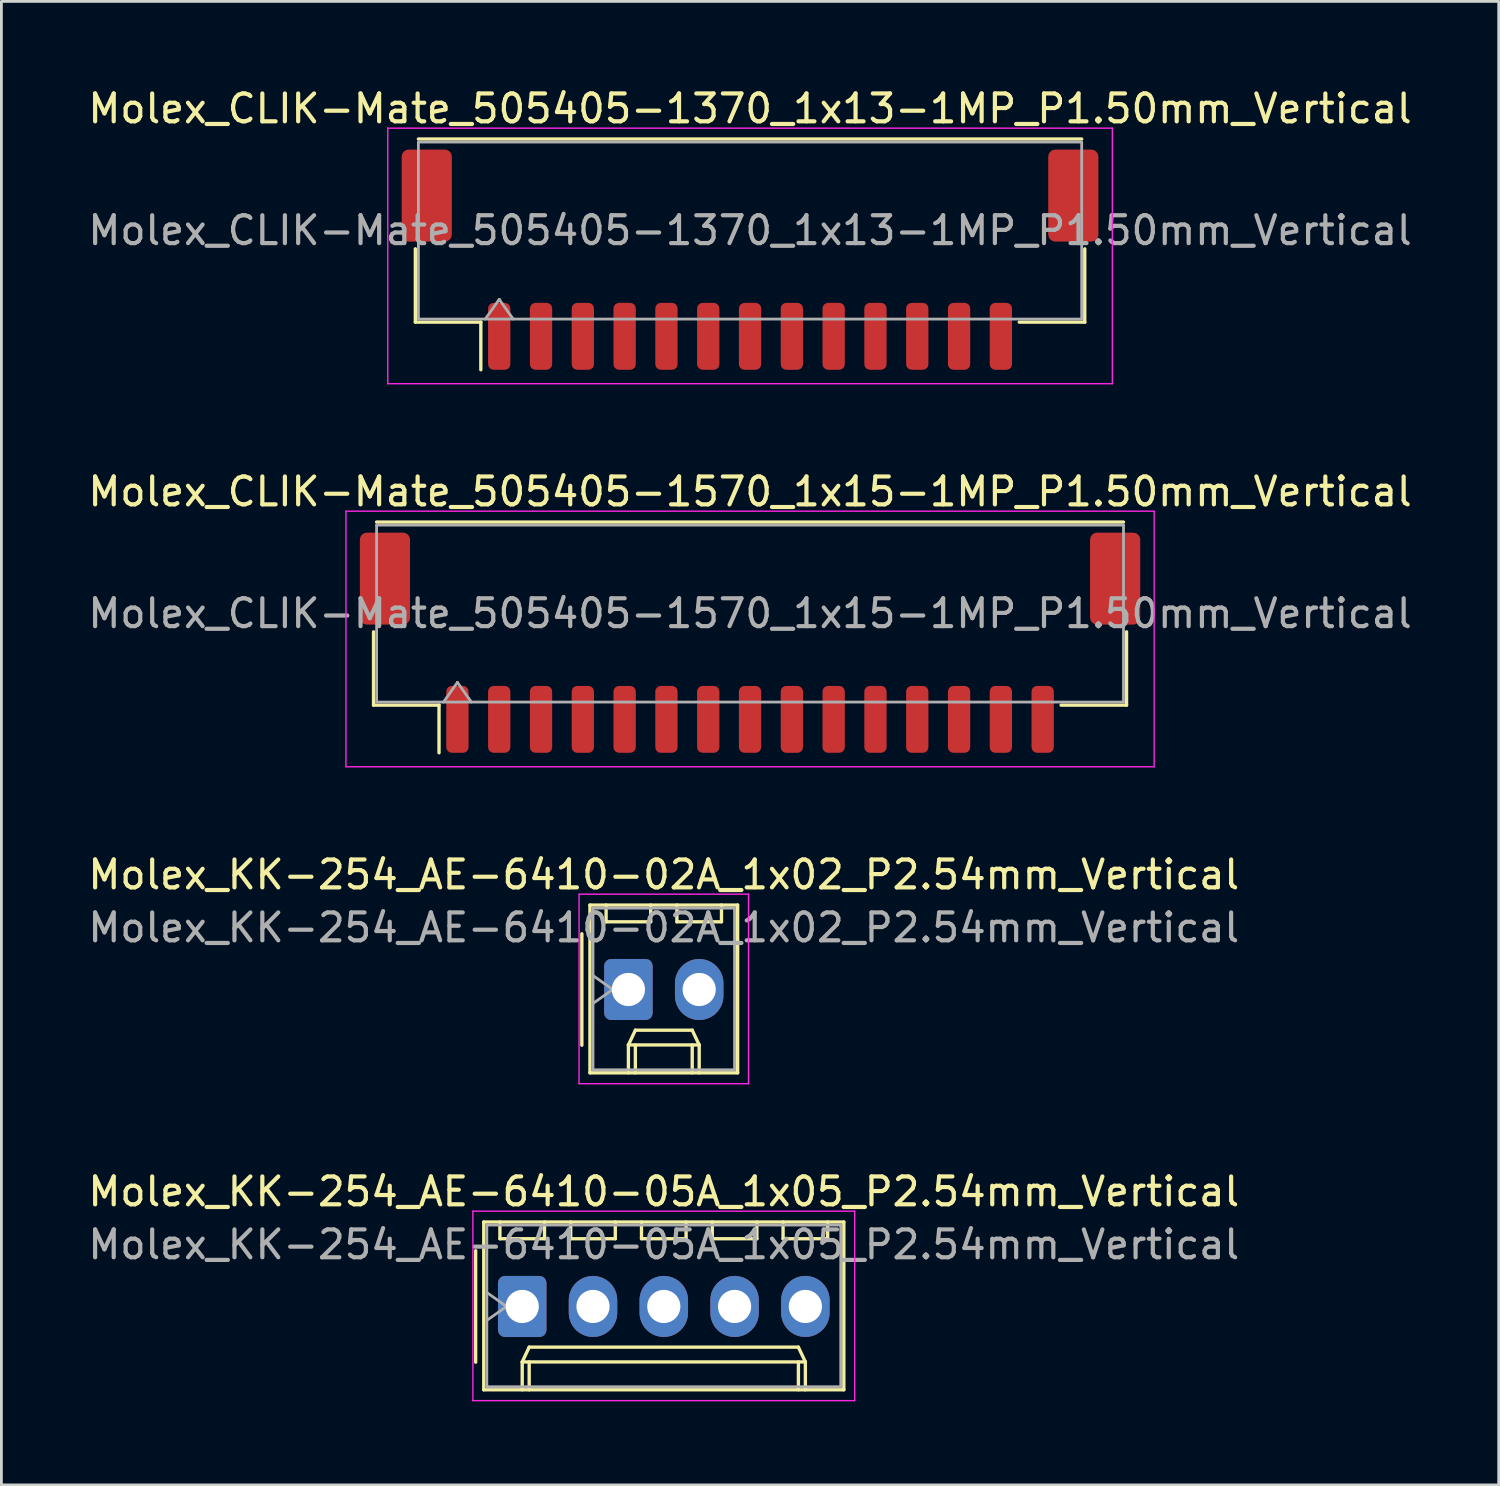
<source format=kicad_pcb>
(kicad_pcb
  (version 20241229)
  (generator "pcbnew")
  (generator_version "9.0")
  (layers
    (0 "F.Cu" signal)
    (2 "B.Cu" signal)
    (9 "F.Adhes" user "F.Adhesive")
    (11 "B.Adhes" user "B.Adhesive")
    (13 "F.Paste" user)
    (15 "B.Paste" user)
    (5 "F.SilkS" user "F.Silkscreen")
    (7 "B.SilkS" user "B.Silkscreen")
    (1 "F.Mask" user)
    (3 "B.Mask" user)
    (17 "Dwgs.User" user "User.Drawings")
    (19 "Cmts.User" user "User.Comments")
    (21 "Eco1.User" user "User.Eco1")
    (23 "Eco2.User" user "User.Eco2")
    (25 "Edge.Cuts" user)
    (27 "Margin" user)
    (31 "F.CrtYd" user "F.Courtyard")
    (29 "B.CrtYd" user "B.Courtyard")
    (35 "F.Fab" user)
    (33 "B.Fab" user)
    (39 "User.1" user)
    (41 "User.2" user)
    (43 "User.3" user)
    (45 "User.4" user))
  (footprint "Molex_CLIK-Mate_505405-1570_1x15-1MP_P1.50mm_Vertical"
    (layer "F.Cu")
    (at 23.863 20.012)
    (property "Reference" "Molex_CLIK-Mate_505405-1570_1x15-1MP_P1.50mm_Vertical" (at 0 -5.42 0) (layer "F.SilkS") (effects (font (size 1 1) (thickness 0.15))))
    (attr smd)
    (fp_line (start -13.51 -0.39) (end -13.51 2.24) (stroke (width 0.12) (type solid)) (layer "F.SilkS"))
    (fp_line (start -13.51 2.24) (end -11.16 2.24) (stroke (width 0.12) (type solid)) (layer "F.SilkS"))
    (fp_line (start -13.4 -4.33) (end 13.4 -4.33) (stroke (width 0.12) (type solid)) (layer "F.SilkS"))
    (fp_line (start -11.16 2.24) (end -11.16 3.95) (stroke (width 0.12) (type solid)) (layer "F.SilkS"))
    (fp_line (start 13.51 -0.39) (end 13.51 2.24) (stroke (width 0.12) (type solid)) (layer "F.SilkS"))
    (fp_line (start 13.51 2.24) (end 11.16 2.24) (stroke (width 0.12) (type solid)) (layer "F.SilkS"))
    (fp_line (start -14.5 -4.72) (end -14.5 4.45) (stroke (width 0.05) (type solid)) (layer "F.CrtYd"))
    (fp_line (start -14.5 4.45) (end 14.5 4.45) (stroke (width 0.05) (type solid)) (layer "F.CrtYd"))
    (fp_line (start 14.5 -4.72) (end -14.5 -4.72) (stroke (width 0.05) (type solid)) (layer "F.CrtYd"))
    (fp_line (start 14.5 4.45) (end 14.5 -4.72) (stroke (width 0.05) (type solid)) (layer "F.CrtYd"))
    (fp_line (start -13.4 -4.22) (end 13.4 -4.22) (stroke (width 0.1) (type solid)) (layer "F.Fab"))
    (fp_line (start -13.4 2.13) (end -13.4 -4.22) (stroke (width 0.1) (type solid)) (layer "F.Fab"))
    (fp_line (start -13.4 2.13) (end 13.4 2.13) (stroke (width 0.1) (type solid)) (layer "F.Fab"))
    (fp_line (start -11 2.13) (end -10.5 1.423) (stroke (width 0.1) (type solid)) (layer "F.Fab"))
    (fp_line (start -10.5 1.423) (end -10 2.13) (stroke (width 0.1) (type solid)) (layer "F.Fab"))
    (fp_line (start 13.4 2.13) (end 13.4 -4.22) (stroke (width 0.1) (type solid)) (layer "F.Fab"))
    (fp_text user "${REFERENCE}" (at 0 -1.05 0) (layer "F.Fab") (effects (font (size 1 1) (thickness 0.15))))
    (pad "1" smd roundrect (at -10.5 2.75) (size 0.8 2.4) (layers "F.Cu" "F.Mask" "F.Paste") (roundrect_rratio 0.25))
    (pad "2" smd roundrect (at -9 2.75) (size 0.8 2.4) (layers "F.Cu" "F.Mask" "F.Paste") (roundrect_rratio 0.25))
    (pad "3" smd roundrect (at -7.5 2.75) (size 0.8 2.4) (layers "F.Cu" "F.Mask" "F.Paste") (roundrect_rratio 0.25))
    (pad "4" smd roundrect (at -6 2.75) (size 0.8 2.4) (layers "F.Cu" "F.Mask" "F.Paste") (roundrect_rratio 0.25))
    (pad "5" smd roundrect (at -4.5 2.75) (size 0.8 2.4) (layers "F.Cu" "F.Mask" "F.Paste") (roundrect_rratio 0.25))
    (pad "6" smd roundrect (at -3 2.75) (size 0.8 2.4) (layers "F.Cu" "F.Mask" "F.Paste") (roundrect_rratio 0.25))
    (pad "7" smd roundrect (at -1.5 2.75) (size 0.8 2.4) (layers "F.Cu" "F.Mask" "F.Paste") (roundrect_rratio 0.25))
    (pad "8" smd roundrect (at 0 2.75) (size 0.8 2.4) (layers "F.Cu" "F.Mask" "F.Paste") (roundrect_rratio 0.25))
    (pad "9" smd roundrect (at 1.5 2.75) (size 0.8 2.4) (layers "F.Cu" "F.Mask" "F.Paste") (roundrect_rratio 0.25))
    (pad "10" smd roundrect (at 3 2.75) (size 0.8 2.4) (layers "F.Cu" "F.Mask" "F.Paste") (roundrect_rratio 0.25))
    (pad "11" smd roundrect (at 4.5 2.75) (size 0.8 2.4) (layers "F.Cu" "F.Mask" "F.Paste") (roundrect_rratio 0.25))
    (pad "12" smd roundrect (at 6 2.75) (size 0.8 2.4) (layers "F.Cu" "F.Mask" "F.Paste") (roundrect_rratio 0.25))
    (pad "13" smd roundrect (at 7.5 2.75) (size 0.8 2.4) (layers "F.Cu" "F.Mask" "F.Paste") (roundrect_rratio 0.25))
    (pad "14" smd roundrect (at 9 2.75) (size 0.8 2.4) (layers "F.Cu" "F.Mask" "F.Paste") (roundrect_rratio 0.25))
    (pad "15" smd roundrect (at 10.5 2.75) (size 0.8 2.4) (layers "F.Cu" "F.Mask" "F.Paste") (roundrect_rratio 0.25))
    (pad "MP" smd roundrect (at -13.1 -2.3) (size 1.8 3.3) (layers "F.Cu" "F.Mask" "F.Paste") (roundrect_rratio 0.139))
    (pad "MP" smd roundrect (at 13.1 -2.3) (size 1.8 3.3) (layers "F.Cu" "F.Mask" "F.Paste") (roundrect_rratio 0.139)))
  (footprint "Molex_CLIK-Mate_505405-1370_1x13-1MP_P1.50mm_Vertical"
    (layer "F.Cu")
    (at 23.863 6.268)
    (property "Reference" "Molex_CLIK-Mate_505405-1370_1x13-1MP_P1.50mm_Vertical" (at 0 -5.42 0) (layer "F.SilkS") (effects (font (size 1 1) (thickness 0.15))))
    (attr smd)
    (fp_line (start -12.01 -0.39) (end -12.01 2.24) (stroke (width 0.12) (type solid)) (layer "F.SilkS"))
    (fp_line (start -12.01 2.24) (end -9.66 2.24) (stroke (width 0.12) (type solid)) (layer "F.SilkS"))
    (fp_line (start -11.9 -4.33) (end 11.9 -4.33) (stroke (width 0.12) (type solid)) (layer "F.SilkS"))
    (fp_line (start -9.66 2.24) (end -9.66 3.95) (stroke (width 0.12) (type solid)) (layer "F.SilkS"))
    (fp_line (start 12.01 -0.39) (end 12.01 2.24) (stroke (width 0.12) (type solid)) (layer "F.SilkS"))
    (fp_line (start 12.01 2.24) (end 9.66 2.24) (stroke (width 0.12) (type solid)) (layer "F.SilkS"))
    (fp_line (start -13 -4.72) (end -13 4.45) (stroke (width 0.05) (type solid)) (layer "F.CrtYd"))
    (fp_line (start -13 4.45) (end 13 4.45) (stroke (width 0.05) (type solid)) (layer "F.CrtYd"))
    (fp_line (start 13 -4.72) (end -13 -4.72) (stroke (width 0.05) (type solid)) (layer "F.CrtYd"))
    (fp_line (start 13 4.45) (end 13 -4.72) (stroke (width 0.05) (type solid)) (layer "F.CrtYd"))
    (fp_line (start -11.9 -4.22) (end 11.9 -4.22) (stroke (width 0.1) (type solid)) (layer "F.Fab"))
    (fp_line (start -11.9 2.13) (end -11.9 -4.22) (stroke (width 0.1) (type solid)) (layer "F.Fab"))
    (fp_line (start -11.9 2.13) (end 11.9 2.13) (stroke (width 0.1) (type solid)) (layer "F.Fab"))
    (fp_line (start -9.5 2.13) (end -9 1.423) (stroke (width 0.1) (type solid)) (layer "F.Fab"))
    (fp_line (start -9 1.423) (end -8.5 2.13) (stroke (width 0.1) (type solid)) (layer "F.Fab"))
    (fp_line (start 11.9 2.13) (end 11.9 -4.22) (stroke (width 0.1) (type solid)) (layer "F.Fab"))
    (fp_text user "${REFERENCE}" (at 0 -1.05 0) (layer "F.Fab") (effects (font (size 1 1) (thickness 0.15))))
    (pad "1" smd roundrect (at -9 2.75) (size 0.8 2.4) (layers "F.Cu" "F.Mask" "F.Paste") (roundrect_rratio 0.25))
    (pad "2" smd roundrect (at -7.5 2.75) (size 0.8 2.4) (layers "F.Cu" "F.Mask" "F.Paste") (roundrect_rratio 0.25))
    (pad "3" smd roundrect (at -6 2.75) (size 0.8 2.4) (layers "F.Cu" "F.Mask" "F.Paste") (roundrect_rratio 0.25))
    (pad "4" smd roundrect (at -4.5 2.75) (size 0.8 2.4) (layers "F.Cu" "F.Mask" "F.Paste") (roundrect_rratio 0.25))
    (pad "5" smd roundrect (at -3 2.75) (size 0.8 2.4) (layers "F.Cu" "F.Mask" "F.Paste") (roundrect_rratio 0.25))
    (pad "6" smd roundrect (at -1.5 2.75) (size 0.8 2.4) (layers "F.Cu" "F.Mask" "F.Paste") (roundrect_rratio 0.25))
    (pad "7" smd roundrect (at 0 2.75) (size 0.8 2.4) (layers "F.Cu" "F.Mask" "F.Paste") (roundrect_rratio 0.25))
    (pad "8" smd roundrect (at 1.5 2.75) (size 0.8 2.4) (layers "F.Cu" "F.Mask" "F.Paste") (roundrect_rratio 0.25))
    (pad "9" smd roundrect (at 3 2.75) (size 0.8 2.4) (layers "F.Cu" "F.Mask" "F.Paste") (roundrect_rratio 0.25))
    (pad "10" smd roundrect (at 4.5 2.75) (size 0.8 2.4) (layers "F.Cu" "F.Mask" "F.Paste") (roundrect_rratio 0.25))
    (pad "11" smd roundrect (at 6 2.75) (size 0.8 2.4) (layers "F.Cu" "F.Mask" "F.Paste") (roundrect_rratio 0.25))
    (pad "12" smd roundrect (at 7.5 2.75) (size 0.8 2.4) (layers "F.Cu" "F.Mask" "F.Paste") (roundrect_rratio 0.25))
    (pad "13" smd roundrect (at 9 2.75) (size 0.8 2.4) (layers "F.Cu" "F.Mask" "F.Paste") (roundrect_rratio 0.25))
    (pad "MP" smd roundrect (at -11.6 -2.3) (size 1.8 3.3) (layers "F.Cu" "F.Mask" "F.Paste") (roundrect_rratio 0.139))
    (pad "MP" smd roundrect (at 11.6 -2.3) (size 1.8 3.3) (layers "F.Cu" "F.Mask" "F.Paste") (roundrect_rratio 0.139)))
  (footprint "Molex_KK-254_AE-6410-02A_1x02_P2.54mm_Vertical"
    (layer "F.Cu")
    (at 19.498 32.455)
    (property "Reference" "Molex_KK-254_AE-6410-02A_1x02_P2.54mm_Vertical" (at 1.27 -4.12 0) (layer "F.SilkS") (effects (font (size 1 1) (thickness 0.15))))
    (attr through_hole)
    (fp_line (start -1.67 -2) (end -1.67 2) (stroke (width 0.12) (type solid)) (layer "F.SilkS"))
    (fp_line (start -1.38 -3.03) (end -1.38 2.99) (stroke (width 0.12) (type solid)) (layer "F.SilkS"))
    (fp_line (start -1.38 2.99) (end 3.92 2.99) (stroke (width 0.12) (type solid)) (layer "F.SilkS"))
    (fp_line (start -0.8 -3.03) (end -0.8 -2.43) (stroke (width 0.12) (type solid)) (layer "F.SilkS"))
    (fp_line (start -0.8 -2.43) (end 0.8 -2.43) (stroke (width 0.12) (type solid)) (layer "F.SilkS"))
    (fp_line (start 0 1.99) (end 0.25 1.46) (stroke (width 0.12) (type solid)) (layer "F.SilkS"))
    (fp_line (start 0 1.99) (end 2.54 1.99) (stroke (width 0.12) (type solid)) (layer "F.SilkS"))
    (fp_line (start 0 2.99) (end 0 1.99) (stroke (width 0.12) (type solid)) (layer "F.SilkS"))
    (fp_line (start 0.25 1.46) (end 2.29 1.46) (stroke (width 0.12) (type solid)) (layer "F.SilkS"))
    (fp_line (start 0.25 2.99) (end 0.25 1.99) (stroke (width 0.12) (type solid)) (layer "F.SilkS"))
    (fp_line (start 0.8 -2.43) (end 0.8 -3.03) (stroke (width 0.12) (type solid)) (layer "F.SilkS"))
    (fp_line (start 1.74 -3.03) (end 1.74 -2.43) (stroke (width 0.12) (type solid)) (layer "F.SilkS"))
    (fp_line (start 1.74 -2.43) (end 3.34 -2.43) (stroke (width 0.12) (type solid)) (layer "F.SilkS"))
    (fp_line (start 2.29 1.46) (end 2.54 1.99) (stroke (width 0.12) (type solid)) (layer "F.SilkS"))
    (fp_line (start 2.29 2.99) (end 2.29 1.99) (stroke (width 0.12) (type solid)) (layer "F.SilkS"))
    (fp_line (start 2.54 1.99) (end 2.54 2.99) (stroke (width 0.12) (type solid)) (layer "F.SilkS"))
    (fp_line (start 3.34 -2.43) (end 3.34 -3.03) (stroke (width 0.12) (type solid)) (layer "F.SilkS"))
    (fp_line (start 3.92 -3.03) (end -1.38 -3.03) (stroke (width 0.12) (type solid)) (layer "F.SilkS"))
    (fp_line (start 3.92 2.99) (end 3.92 -3.03) (stroke (width 0.12) (type solid)) (layer "F.SilkS"))
    (fp_line (start -1.77 -3.42) (end -1.77 3.38) (stroke (width 0.05) (type solid)) (layer "F.CrtYd"))
    (fp_line (start -1.77 3.38) (end 4.31 3.38) (stroke (width 0.05) (type solid)) (layer "F.CrtYd"))
    (fp_line (start 4.31 -3.42) (end -1.77 -3.42) (stroke (width 0.05) (type solid)) (layer "F.CrtYd"))
    (fp_line (start 4.31 3.38) (end 4.31 -3.42) (stroke (width 0.05) (type solid)) (layer "F.CrtYd"))
    (fp_line (start -1.27 -2.92) (end -1.27 2.88) (stroke (width 0.1) (type solid)) (layer "F.Fab"))
    (fp_line (start -1.27 -0.5) (end -0.563 0) (stroke (width 0.1) (type solid)) (layer "F.Fab"))
    (fp_line (start -1.27 2.88) (end 3.81 2.88) (stroke (width 0.1) (type solid)) (layer "F.Fab"))
    (fp_line (start -0.563 0) (end -1.27 0.5) (stroke (width 0.1) (type solid)) (layer "F.Fab"))
    (fp_line (start 3.81 -2.92) (end -1.27 -2.92) (stroke (width 0.1) (type solid)) (layer "F.Fab"))
    (fp_line (start 3.81 2.88) (end 3.81 -2.92) (stroke (width 0.1) (type solid)) (layer "F.Fab"))
    (fp_text user "${REFERENCE}" (at 1.27 -2.22 0) (layer "F.Fab") (effects (font (size 1 1) (thickness 0.15))))
    (pad "1" thru_hole roundrect (at 0 0) (size 1.74 2.19) (drill 1.19) (layers "*.Cu" "*.Mask") (roundrect_rratio 0.144))
    (pad "2" thru_hole oval (at 2.54 0) (size 1.74 2.19) (drill 1.19) (layers "*.Cu" "*.Mask")))
  (footprint "Molex_KK-254_AE-6410-05A_1x05_P2.54mm_Vertical"
    (layer "F.Cu")
    (at 15.688 43.828)
    (property "Reference" "Molex_KK-254_AE-6410-05A_1x05_P2.54mm_Vertical" (at 5.08 -4.12 0) (layer "F.SilkS") (effects (font (size 1 1) (thickness 0.15))))
    (attr through_hole)
    (fp_line (start -1.67 -2) (end -1.67 2) (stroke (width 0.12) (type solid)) (layer "F.SilkS"))
    (fp_line (start -1.38 -3.03) (end -1.38 2.99) (stroke (width 0.12) (type solid)) (layer "F.SilkS"))
    (fp_line (start -1.38 2.99) (end 11.54 2.99) (stroke (width 0.12) (type solid)) (layer "F.SilkS"))
    (fp_line (start -0.8 -3.03) (end -0.8 -2.43) (stroke (width 0.12) (type solid)) (layer "F.SilkS"))
    (fp_line (start -0.8 -2.43) (end 0.8 -2.43) (stroke (width 0.12) (type solid)) (layer "F.SilkS"))
    (fp_line (start 0 1.99) (end 0.25 1.46) (stroke (width 0.12) (type solid)) (layer "F.SilkS"))
    (fp_line (start 0 1.99) (end 10.16 1.99) (stroke (width 0.12) (type solid)) (layer "F.SilkS"))
    (fp_line (start 0 2.99) (end 0 1.99) (stroke (width 0.12) (type solid)) (layer "F.SilkS"))
    (fp_line (start 0.25 1.46) (end 9.91 1.46) (stroke (width 0.12) (type solid)) (layer "F.SilkS"))
    (fp_line (start 0.25 2.99) (end 0.25 1.99) (stroke (width 0.12) (type solid)) (layer "F.SilkS"))
    (fp_line (start 0.8 -2.43) (end 0.8 -3.03) (stroke (width 0.12) (type solid)) (layer "F.SilkS"))
    (fp_line (start 1.74 -3.03) (end 1.74 -2.43) (stroke (width 0.12) (type solid)) (layer "F.SilkS"))
    (fp_line (start 1.74 -2.43) (end 3.34 -2.43) (stroke (width 0.12) (type solid)) (layer "F.SilkS"))
    (fp_line (start 3.34 -2.43) (end 3.34 -3.03) (stroke (width 0.12) (type solid)) (layer "F.SilkS"))
    (fp_line (start 4.28 -3.03) (end 4.28 -2.43) (stroke (width 0.12) (type solid)) (layer "F.SilkS"))
    (fp_line (start 4.28 -2.43) (end 5.88 -2.43) (stroke (width 0.12) (type solid)) (layer "F.SilkS"))
    (fp_line (start 5.88 -2.43) (end 5.88 -3.03) (stroke (width 0.12) (type solid)) (layer "F.SilkS"))
    (fp_line (start 6.82 -3.03) (end 6.82 -2.43) (stroke (width 0.12) (type solid)) (layer "F.SilkS"))
    (fp_line (start 6.82 -2.43) (end 8.42 -2.43) (stroke (width 0.12) (type solid)) (layer "F.SilkS"))
    (fp_line (start 8.42 -2.43) (end 8.42 -3.03) (stroke (width 0.12) (type solid)) (layer "F.SilkS"))
    (fp_line (start 9.36 -3.03) (end 9.36 -2.43) (stroke (width 0.12) (type solid)) (layer "F.SilkS"))
    (fp_line (start 9.36 -2.43) (end 10.96 -2.43) (stroke (width 0.12) (type solid)) (layer "F.SilkS"))
    (fp_line (start 9.91 1.46) (end 10.16 1.99) (stroke (width 0.12) (type solid)) (layer "F.SilkS"))
    (fp_line (start 9.91 2.99) (end 9.91 1.99) (stroke (width 0.12) (type solid)) (layer "F.SilkS"))
    (fp_line (start 10.16 1.99) (end 10.16 2.99) (stroke (width 0.12) (type solid)) (layer "F.SilkS"))
    (fp_line (start 10.96 -2.43) (end 10.96 -3.03) (stroke (width 0.12) (type solid)) (layer "F.SilkS"))
    (fp_line (start 11.54 -3.03) (end -1.38 -3.03) (stroke (width 0.12) (type solid)) (layer "F.SilkS"))
    (fp_line (start 11.54 2.99) (end 11.54 -3.03) (stroke (width 0.12) (type solid)) (layer "F.SilkS"))
    (fp_line (start -1.77 -3.42) (end -1.77 3.38) (stroke (width 0.05) (type solid)) (layer "F.CrtYd"))
    (fp_line (start -1.77 3.38) (end 11.93 3.38) (stroke (width 0.05) (type solid)) (layer "F.CrtYd"))
    (fp_line (start 11.93 -3.42) (end -1.77 -3.42) (stroke (width 0.05) (type solid)) (layer "F.CrtYd"))
    (fp_line (start 11.93 3.38) (end 11.93 -3.42) (stroke (width 0.05) (type solid)) (layer "F.CrtYd"))
    (fp_line (start -1.27 -2.92) (end -1.27 2.88) (stroke (width 0.1) (type solid)) (layer "F.Fab"))
    (fp_line (start -1.27 -0.5) (end -0.563 0) (stroke (width 0.1) (type solid)) (layer "F.Fab"))
    (fp_line (start -1.27 2.88) (end 11.43 2.88) (stroke (width 0.1) (type solid)) (layer "F.Fab"))
    (fp_line (start -0.563 0) (end -1.27 0.5) (stroke (width 0.1) (type solid)) (layer "F.Fab"))
    (fp_line (start 11.43 -2.92) (end -1.27 -2.92) (stroke (width 0.1) (type solid)) (layer "F.Fab"))
    (fp_line (start 11.43 2.88) (end 11.43 -2.92) (stroke (width 0.1) (type solid)) (layer "F.Fab"))
    (fp_text user "${REFERENCE}" (at 5.08 -2.22 0) (layer "F.Fab") (effects (font (size 1 1) (thickness 0.15))))
    (pad "1" thru_hole roundrect (at 0 0) (size 1.74 2.19) (drill 1.19) (layers "*.Cu" "*.Mask") (roundrect_rratio 0.144))
    (pad "2" thru_hole oval (at 2.54 0) (size 1.74 2.19) (drill 1.19) (layers "*.Cu" "*.Mask"))
    (pad "3" thru_hole oval (at 5.08 0) (size 1.74 2.19) (drill 1.19) (layers "*.Cu" "*.Mask"))
    (pad "4" thru_hole oval (at 7.62 0) (size 1.74 2.19) (drill 1.19) (layers "*.Cu" "*.Mask"))
    (pad "5" thru_hole oval (at 10.16 0) (size 1.74 2.19) (drill 1.19) (layers "*.Cu" "*.Mask")))
  (gr_rect
    (start -3 -3)
    (end 50.726 50.233)
    (stroke (width 0.1) (type default))
    (fill no)
    (layer "Edge.Cuts")))
</source>
